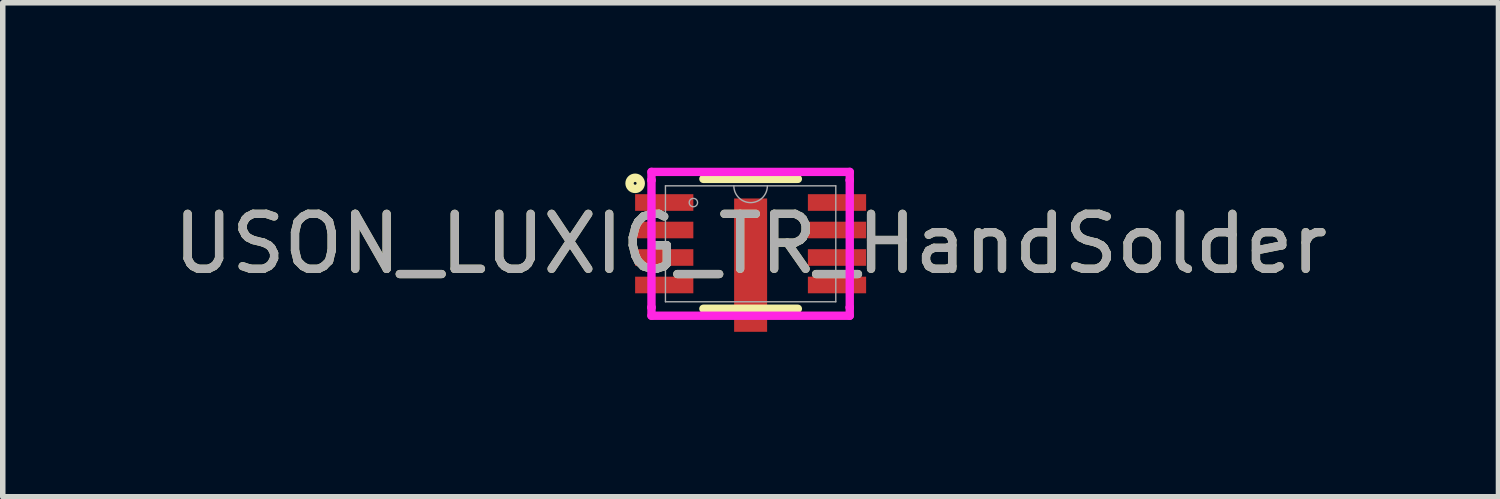
<source format=kicad_pcb>
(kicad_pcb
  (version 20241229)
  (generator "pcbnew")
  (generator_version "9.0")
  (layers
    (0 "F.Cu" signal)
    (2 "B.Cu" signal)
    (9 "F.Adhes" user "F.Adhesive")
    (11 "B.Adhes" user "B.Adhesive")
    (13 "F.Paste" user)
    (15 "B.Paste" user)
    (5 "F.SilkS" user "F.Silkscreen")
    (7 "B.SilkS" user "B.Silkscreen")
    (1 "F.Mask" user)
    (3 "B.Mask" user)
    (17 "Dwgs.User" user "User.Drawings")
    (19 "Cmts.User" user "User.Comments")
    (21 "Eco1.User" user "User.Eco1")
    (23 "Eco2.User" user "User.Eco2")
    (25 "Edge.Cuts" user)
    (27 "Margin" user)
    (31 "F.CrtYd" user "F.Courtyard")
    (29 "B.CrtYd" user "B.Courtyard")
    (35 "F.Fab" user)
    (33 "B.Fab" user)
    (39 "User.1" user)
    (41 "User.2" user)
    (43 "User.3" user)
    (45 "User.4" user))
  (footprint "USON_LUXIG_TR_HandSolder"
    (layer "F.Cu")
    (at 10.601 1.384)
    (property "Reference" "USON_LUXIG_TR_HandSolder" (at 0 0 0) (unlocked yes) (layer "F.SilkS") (effects (font (size 1 1) (thickness 0.15))))
    (attr smd)
    (fp_line (start -0.859 1.181) (end 0.859 1.181) (stroke (width 0.152) (type solid)) (layer "F.SilkS"))
    (fp_line (start 0.859 -1.181) (end -0.859 -1.181) (stroke (width 0.152) (type solid)) (layer "F.SilkS"))
    (fp_circle (center -2.1 -1.1) (end -1.998 -1.1) (stroke (width 0.152) (type solid)) (fill no) (layer "F.SilkS"))
    (fp_line (start -1.803 -1.308) (end 1.803 -1.308) (stroke (width 0.152) (type solid)) (layer "F.CrtYd"))
    (fp_line (start -1.803 -1.157) (end -1.803 -1.308) (stroke (width 0.152) (type solid)) (layer "F.CrtYd"))
    (fp_line (start -1.803 -1.157) (end -1.803 -1.157) (stroke (width 0.152) (type solid)) (layer "F.CrtYd"))
    (fp_line (start -1.803 1.157) (end -1.803 -1.157) (stroke (width 0.152) (type solid)) (layer "F.CrtYd"))
    (fp_line (start -1.803 1.157) (end -1.803 1.157) (stroke (width 0.152) (type solid)) (layer "F.CrtYd"))
    (fp_line (start -1.803 1.308) (end -1.803 1.157) (stroke (width 0.152) (type solid)) (layer "F.CrtYd"))
    (fp_line (start 1.803 -1.308) (end 1.803 -1.157) (stroke (width 0.152) (type solid)) (layer "F.CrtYd"))
    (fp_line (start 1.803 -1.157) (end 1.803 -1.157) (stroke (width 0.152) (type solid)) (layer "F.CrtYd"))
    (fp_line (start 1.803 -1.157) (end 1.803 1.157) (stroke (width 0.152) (type solid)) (layer "F.CrtYd"))
    (fp_line (start 1.803 1.157) (end 1.803 1.157) (stroke (width 0.152) (type solid)) (layer "F.CrtYd"))
    (fp_line (start 1.803 1.157) (end 1.803 1.308) (stroke (width 0.152) (type solid)) (layer "F.CrtYd"))
    (fp_line (start 1.803 1.308) (end -1.803 1.308) (stroke (width 0.152) (type solid)) (layer "F.CrtYd"))
    (fp_line (start -1.549 -1.054) (end -1.549 1.054) (stroke (width 0.025) (type solid)) (layer "F.Fab"))
    (fp_line (start -1.549 1.054) (end 1.549 1.054) (stroke (width 0.025) (type solid)) (layer "F.Fab"))
    (fp_line (start 1.549 -1.054) (end -1.549 -1.054) (stroke (width 0.025) (type solid)) (layer "F.Fab"))
    (fp_line (start 1.549 1.054) (end 1.549 -1.054) (stroke (width 0.025) (type solid)) (layer "F.Fab"))
    (fp_arc (start 0.3048 -1.0541) (mid 0 -0.7493) (end -0.3048 -1.0541) (stroke (width 0.0254) (type solid)) (layer "F.Fab"))
    (fp_circle (center -1.041 -0.75) (end -0.965 -0.75) (stroke (width 0.025) (type solid)) (fill no) (layer "F.Fab"))
    (fp_text user "${REFERENCE}" (at 0 0 0) (unlocked yes) (layer "F.Fab") (effects (font (size 1 1) (thickness 0.15))))
    (pad "1" smd rect (at -1.571 -0.751) (size 1.059 0.303) (layers "F.Cu" "F.Mask" "F.Paste"))
    (pad "2" smd rect (at -1.571 -0.251) (size 1.059 0.302) (layers "F.Cu" "F.Mask" "F.Paste"))
    (pad "3" smd rect (at -1.571 0.249) (size 1.059 0.302) (layers "F.Cu" "F.Mask" "F.Paste"))
    (pad "4" smd rect (at -1.571 0.749) (size 1.059 0.302) (layers "F.Cu" "F.Mask" "F.Paste"))
    (pad "5" smd rect (at 1.571 0.749) (size 1.059 0.302) (layers "F.Cu" "F.Mask" "F.Paste"))
    (pad "6" smd rect (at 1.571 0.249) (size 1.059 0.302) (layers "F.Cu" "F.Mask" "F.Paste"))
    (pad "7" smd rect (at 1.571 -0.251) (size 1.059 0.302) (layers "F.Cu" "F.Mask" "F.Paste"))
    (pad "8" smd rect (at 1.571 -0.751) (size 1.059 0.303) (layers "F.Cu" "F.Mask" "F.Paste"))
    (pad "9" smd rect (at 0 0.388) (size 0.6 2.425) (layers "F.Cu" "F.Mask" "F.Paste")))
  (gr_rect
    (start -3 -3)
    (end 24.202 5.984)
    (stroke (width 0.1) (type default))
    (fill no)
    (layer "Edge.Cuts")))
</source>
